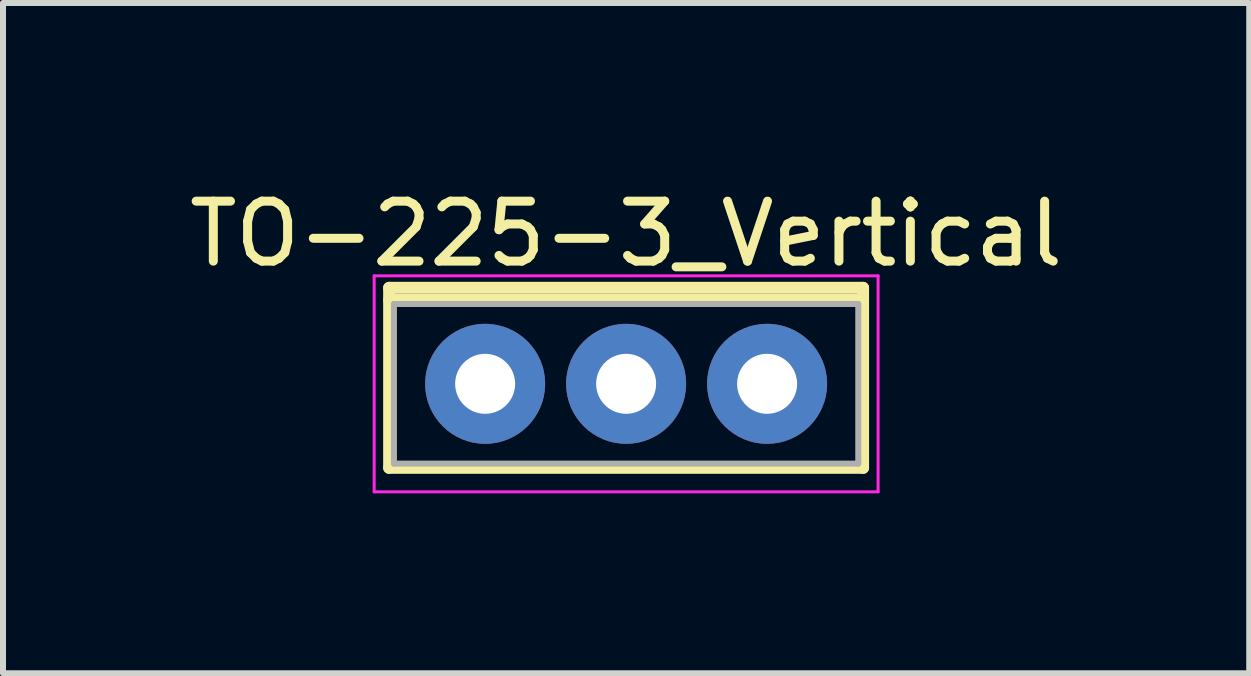
<source format=kicad_pcb>
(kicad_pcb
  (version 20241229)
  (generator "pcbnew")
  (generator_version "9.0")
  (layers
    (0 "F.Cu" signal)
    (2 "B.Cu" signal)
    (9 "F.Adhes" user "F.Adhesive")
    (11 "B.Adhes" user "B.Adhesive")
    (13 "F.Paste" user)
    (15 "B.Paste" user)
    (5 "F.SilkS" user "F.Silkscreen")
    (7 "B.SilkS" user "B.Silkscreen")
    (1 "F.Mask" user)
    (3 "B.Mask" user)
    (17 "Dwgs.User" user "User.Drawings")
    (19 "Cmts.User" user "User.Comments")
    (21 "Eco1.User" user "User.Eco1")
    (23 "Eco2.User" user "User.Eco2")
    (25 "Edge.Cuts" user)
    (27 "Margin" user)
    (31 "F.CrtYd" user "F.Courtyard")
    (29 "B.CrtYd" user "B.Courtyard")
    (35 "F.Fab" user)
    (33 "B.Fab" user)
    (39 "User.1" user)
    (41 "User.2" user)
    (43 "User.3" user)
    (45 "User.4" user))
  (footprint "TO-225-3_Vertical"
    (layer "F.Cu")
    (at 7.387 3.348)
    (property "Reference" "TO-225-3_Vertical" (at 0 -2.5 0) (layer "F.SilkS") (effects (font (size 1 1) (thickness 0.15))))
    (attr through_hole)
    (fp_line (start -3.95 -1.6) (end -3.95 1.4) (stroke (width 0.2) (type solid)) (layer "F.SilkS"))
    (fp_line (start -3.95 -1.6) (end 3.95 -1.6) (stroke (width 0.2) (type solid)) (layer "F.SilkS"))
    (fp_line (start -3.95 -1.4) (end 3.95 -1.4) (stroke (width 0.2) (type solid)) (layer "F.SilkS"))
    (fp_line (start -3.95 1.4) (end 3.95 1.4) (stroke (width 0.2) (type solid)) (layer "F.SilkS"))
    (fp_line (start 3.95 -1.6) (end 3.95 1.4) (stroke (width 0.2) (type solid)) (layer "F.SilkS"))
    (fp_line (start -4.2 -1.8) (end 4.2 -1.8) (stroke (width 0.05) (type solid)) (layer "F.CrtYd"))
    (fp_line (start -4.2 1.8) (end -4.2 -1.8) (stroke (width 0.05) (type solid)) (layer "F.CrtYd"))
    (fp_line (start -4.2 1.8) (end 4.2 1.8) (stroke (width 0.05) (type solid)) (layer "F.CrtYd"))
    (fp_line (start 4.2 -1.8) (end 4.2 1.8) (stroke (width 0.05) (type solid)) (layer "F.CrtYd"))
    (fp_line (start -3.87 -1.33) (end 3.87 -1.33) (stroke (width 0.1) (type solid)) (layer "F.Fab"))
    (fp_line (start -3.87 1.33) (end -3.87 -1.33) (stroke (width 0.1) (type solid)) (layer "F.Fab"))
    (fp_line (start -3.87 1.33) (end 3.87 1.33) (stroke (width 0.1) (type solid)) (layer "F.Fab"))
    (fp_line (start 3.87 -1.33) (end 3.87 1.33) (stroke (width 0.1) (type solid)) (layer "F.Fab"))
    (pad "1" thru_hole circle (at -2.35 0) (size 2 2) (drill 1) (layers "*.Cu" "*.Mask"))
    (pad "2" thru_hole circle (at 0 0) (size 2 2) (drill 1) (layers "*.Cu" "*.Mask"))
    (pad "3" thru_hole circle (at 2.35 0) (size 2 2) (drill 1) (layers "*.Cu" "*.Mask")))
  (gr_rect
    (start -3 -3)
    (end 17.774 8.173)
    (stroke (width 0.1) (type default))
    (fill no)
    (layer "Edge.Cuts")))
</source>
